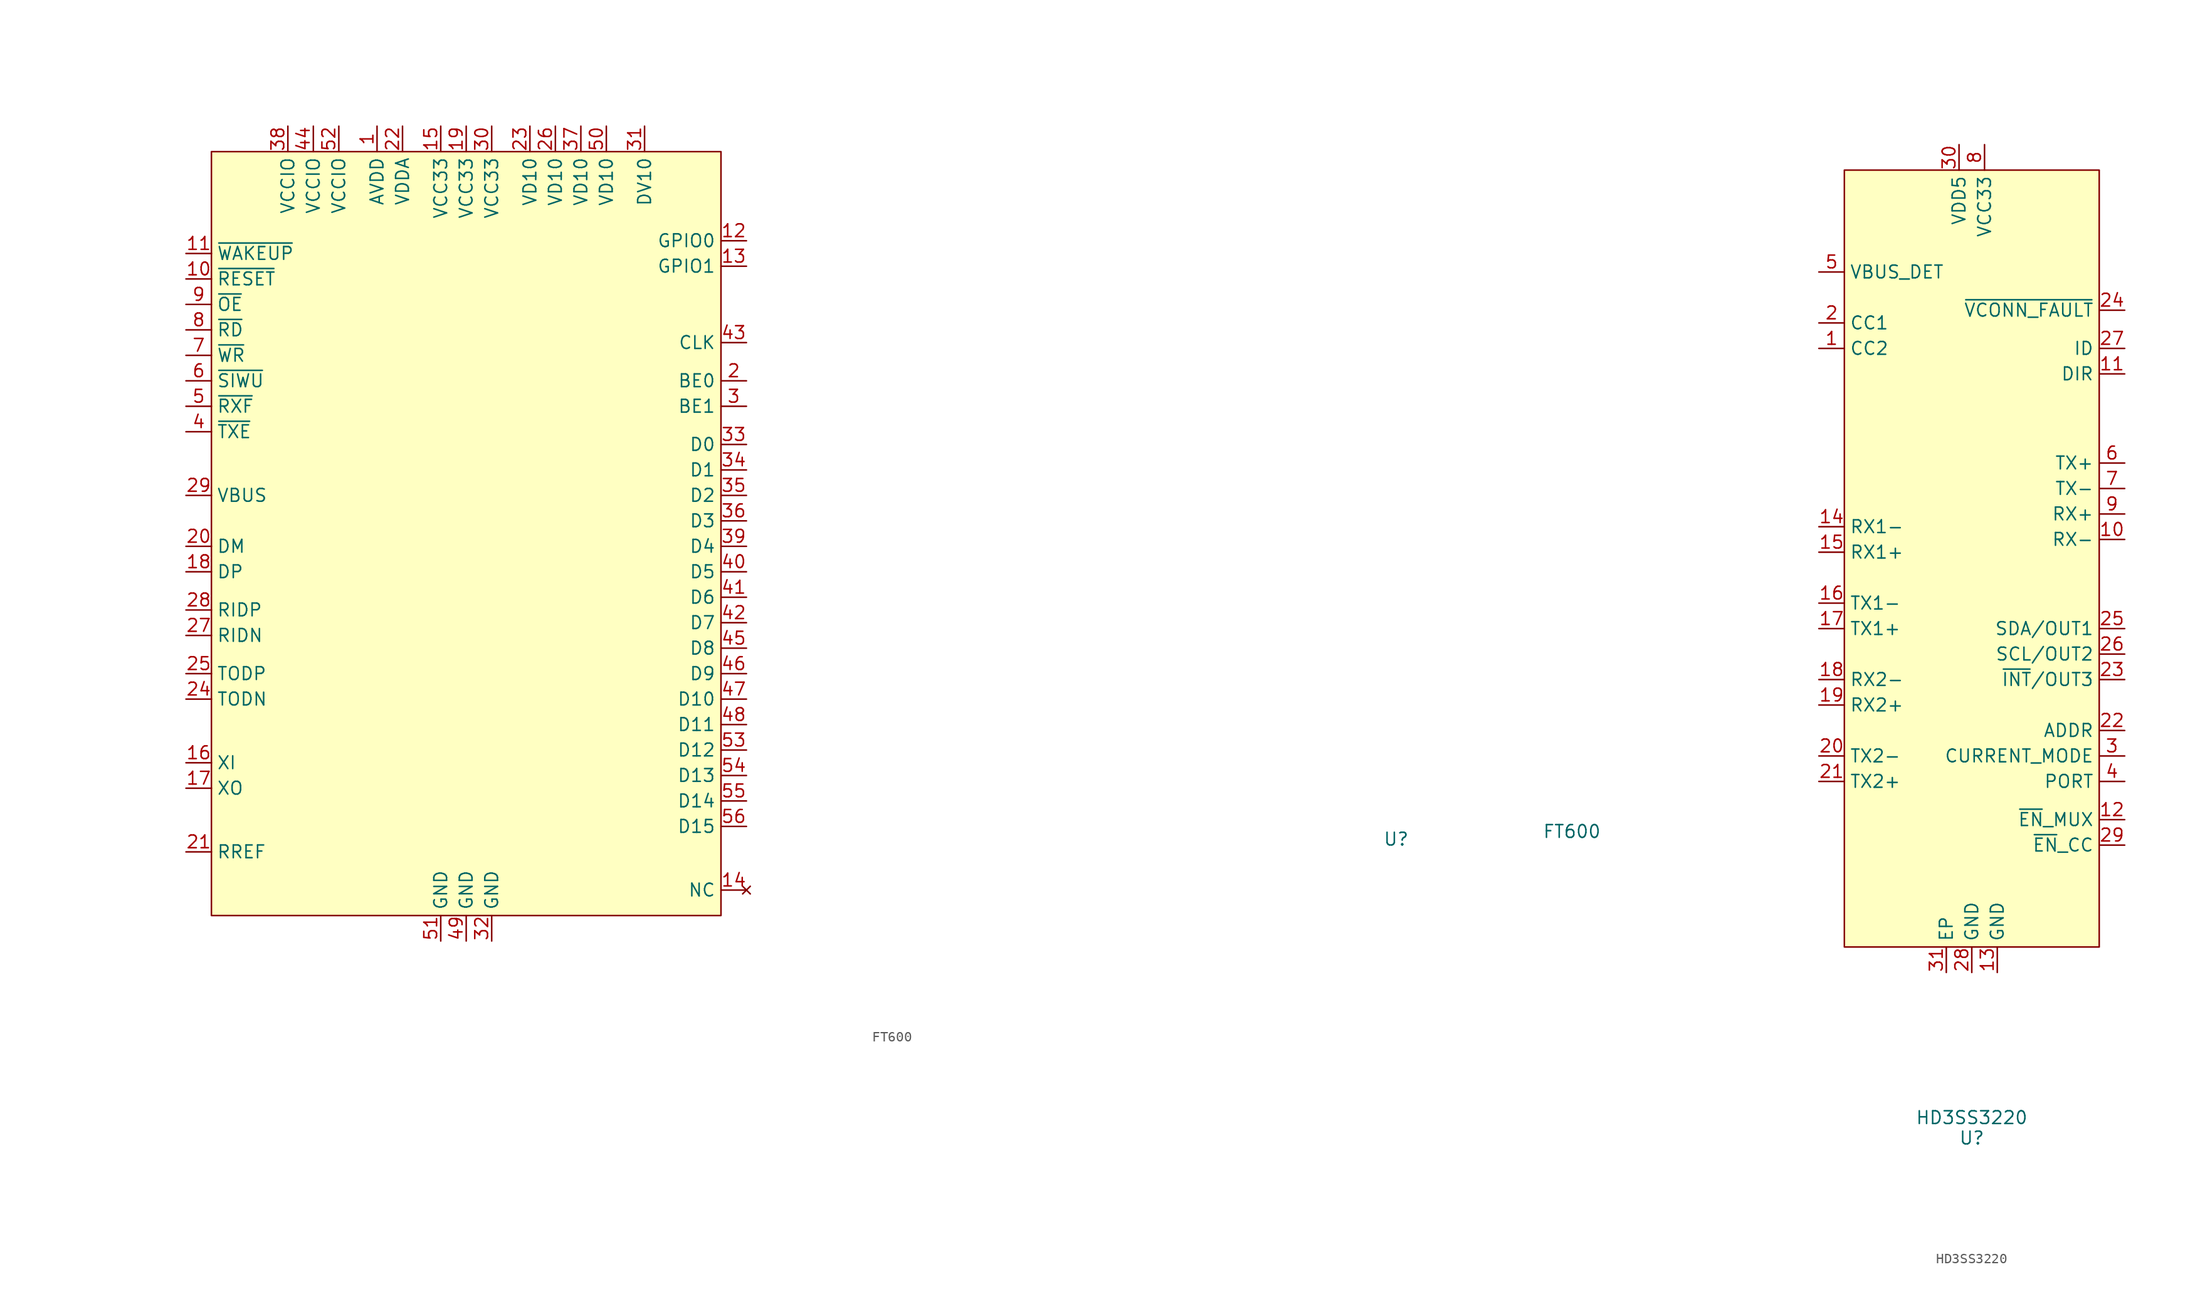
<source format=kicad_sym>
(kicad_symbol_lib
  (version 20241209)
  (generator "kicad_symbol_editor")
  (generator_version "9.0")
  (symbol "FT600"
    (property "Reference" "U"
      (at 92.71 -30.48 0)
      (effects (font (size 1.27 1.27))))
    (property "Value" "FT600"
      (at 110.236 -29.718 0)
      (effects (font (size 1.27 1.27))))
    (symbol "FT600_0_0"
      (pin bidirectional line (at -27.94 27.94 0) (length 2.54) (name "~{WAKEUP}" (effects (font (size 1.27 1.27)))) (number "11" (effects (font (size 1.27 1.27)))))
      (pin input line (at -27.94 25.4 0) (length 2.54) (name "~{RESET}" (effects (font (size 1.27 1.27)))) (number "10" (effects (font (size 1.27 1.27)))))
      (pin input line (at -27.94 22.86 0) (length 2.54) (name "~{OE}" (effects (font (size 1.27 1.27)))) (number "9" (effects (font (size 1.27 1.27)))))
      (pin input line (at -27.94 20.32 0) (length 2.54) (name "~{RD}" (effects (font (size 1.27 1.27)))) (number "8" (effects (font (size 1.27 1.27)))))
      (pin input line (at -27.94 17.78 0) (length 2.54) (name "~{WR}" (effects (font (size 1.27 1.27)))) (number "7" (effects (font (size 1.27 1.27)))))
      (pin input line (at -27.94 15.24 0) (length 2.54) (name "~{SIWU}" (effects (font (size 1.27 1.27)))) (number "6" (effects (font (size 1.27 1.27)))))
      (pin output line (at -27.94 12.7 0) (length 2.54) (name "~{RXF}" (effects (font (size 1.27 1.27)))) (number "5" (effects (font (size 1.27 1.27)))))
      (pin output line (at -27.94 10.16 0) (length 2.54) (name "~{TXE}" (effects (font (size 1.27 1.27)))) (number "4" (effects (font (size 1.27 1.27)))))
      (pin passive line (at -27.94 3.81 0) (length 2.54) (name "VBUS" (effects (font (size 1.27 1.27)))) (number "29" (effects (font (size 1.27 1.27)))))
      (pin bidirectional line (at -27.94 -1.27 0) (length 2.54) (name "DM" (effects (font (size 1.27 1.27)))) (number "20" (effects (font (size 1.27 1.27)))))
      (pin bidirectional line (at -27.94 -3.81 0) (length 2.54) (name "DP" (effects (font (size 1.27 1.27)))) (number "18" (effects (font (size 1.27 1.27)))))
      (pin input line (at -27.94 -7.62 0) (length 2.54) (name "RIDP" (effects (font (size 1.27 1.27)))) (number "28" (effects (font (size 1.27 1.27)))))
      (pin input line (at -27.94 -10.16 0) (length 2.54) (name "RIDN" (effects (font (size 1.27 1.27)))) (number "27" (effects (font (size 1.27 1.27)))))
      (pin output line (at -27.94 -13.97 0) (length 2.54) (name "TODP" (effects (font (size 1.27 1.27)))) (number "25" (effects (font (size 1.27 1.27)))))
      (pin output line (at -27.94 -16.51 0) (length 2.54) (name "TODN" (effects (font (size 1.27 1.27)))) (number "24" (effects (font (size 1.27 1.27)))))
      (pin passive line (at -27.94 -22.86 0) (length 2.54) (name "XI" (effects (font (size 1.27 1.27)))) (number "16" (effects (font (size 1.27 1.27)))))
      (pin passive line (at -27.94 -25.4 0) (length 2.54) (name "XO" (effects (font (size 1.27 1.27)))) (number "17" (effects (font (size 1.27 1.27)))))
      (pin passive line (at -27.94 -31.75 0) (length 2.54) (name "RREF" (effects (font (size 1.27 1.27)))) (number "21" (effects (font (size 1.27 1.27)))))
      (pin power_in line (at -17.78 40.64 270) (length 2.54) (name "VCCIO" (effects (font (size 1.27 1.27)))) (number "38" (effects (font (size 1.27 1.27)))))
      (pin power_in line (at -15.24 40.64 270) (length 2.54) (name "VCCIO" (effects (font (size 1.27 1.27)))) (number "44" (effects (font (size 1.27 1.27)))))
      (pin power_in line (at -12.7 40.64 270) (length 2.54) (name "VCCIO" (effects (font (size 1.27 1.27)))) (number "52" (effects (font (size 1.27 1.27)))))
      (pin power_in line (at -8.89 40.64 270) (length 2.54) (name "AVDD" (effects (font (size 1.27 1.27)))) (number "1" (effects (font (size 1.27 1.27)))))
      (pin power_in line (at -6.35 40.64 270) (length 2.54) (name "VDDA" (effects (font (size 1.27 1.27)))) (number "22" (effects (font (size 1.27 1.27)))))
      (pin power_in line (at -2.54 40.64 270) (length 2.54) (name "VCC33" (effects (font (size 1.27 1.27)))) (number "15" (effects (font (size 1.27 1.27)))))
      (pin passive line (at -2.54 -40.64 90) (length 2.54) (name "GND" (effects (font (size 1.27 1.27)))) (number "51" (effects (font (size 1.27 1.27)))))
      (pin power_in line (at 0 40.64 270) (length 2.54) (name "VCC33" (effects (font (size 1.27 1.27)))) (number "19" (effects (font (size 1.27 1.27)))))
      (pin passive line (at 0 -40.64 90) (length 2.54) (name "GND" (effects (font (size 1.27 1.27)))) (number "49" (effects (font (size 1.27 1.27)))))
      (pin power_in line (at 2.54 40.64 270) (length 2.54) (name "VCC33" (effects (font (size 1.27 1.27)))) (number "30" (effects (font (size 1.27 1.27)))))
      (pin passive line (at 2.54 -40.64 90) (length 2.54) (name "GND" (effects (font (size 1.27 1.27)))) (number "32" (effects (font (size 1.27 1.27)))))
      (pin power_in line (at 6.35 40.64 270) (length 2.54) (name "VD10" (effects (font (size 1.27 1.27)))) (number "23" (effects (font (size 1.27 1.27)))))
      (pin power_in line (at 8.89 40.64 270) (length 2.54) (name "VD10" (effects (font (size 1.27 1.27)))) (number "26" (effects (font (size 1.27 1.27)))))
      (pin power_in line (at 11.43 40.64 270) (length 2.54) (name "VD10" (effects (font (size 1.27 1.27)))) (number "37" (effects (font (size 1.27 1.27)))))
      (pin power_in line (at 13.97 40.64 270) (length 2.54) (name "VD10" (effects (font (size 1.27 1.27)))) (number "50" (effects (font (size 1.27 1.27)))))
      (pin power_out line (at 17.78 40.64 270) (length 2.54) (name "DV10" (effects (font (size 1.27 1.27)))) (number "31" (effects (font (size 1.27 1.27)))))
      (pin bidirectional line (at 27.94 29.21 180) (length 2.54) (name "GPIO0" (effects (font (size 1.27 1.27)))) (number "12" (effects (font (size 1.27 1.27)))))
      (pin bidirectional line (at 27.94 26.67 180) (length 2.54) (name "GPIO1" (effects (font (size 1.27 1.27)))) (number "13" (effects (font (size 1.27 1.27)))))
      (pin output line (at 27.94 19.05 180) (length 2.54) (name "CLK" (effects (font (size 1.27 1.27)))) (number "43" (effects (font (size 1.27 1.27)))))
      (pin bidirectional line (at 27.94 15.24 180) (length 2.54) (name "BE0" (effects (font (size 1.27 1.27)))) (number "2" (effects (font (size 1.27 1.27)))))
      (pin bidirectional line (at 27.94 12.7 180) (length 2.54) (name "BE1" (effects (font (size 1.27 1.27)))) (number "3" (effects (font (size 1.27 1.27)))))
      (pin bidirectional line (at 27.94 8.89 180) (length 2.54) (name "D0" (effects (font (size 1.27 1.27)))) (number "33" (effects (font (size 1.27 1.27)))))
      (pin bidirectional line (at 27.94 6.35 180) (length 2.54) (name "D1" (effects (font (size 1.27 1.27)))) (number "34" (effects (font (size 1.27 1.27)))))
      (pin bidirectional line (at 27.94 3.81 180) (length 2.54) (name "D2" (effects (font (size 1.27 1.27)))) (number "35" (effects (font (size 1.27 1.27)))))
      (pin bidirectional line (at 27.94 1.27 180) (length 2.54) (name "D3" (effects (font (size 1.27 1.27)))) (number "36" (effects (font (size 1.27 1.27)))))
      (pin bidirectional line (at 27.94 -1.27 180) (length 2.54) (name "D4" (effects (font (size 1.27 1.27)))) (number "39" (effects (font (size 1.27 1.27)))))
      (pin bidirectional line (at 27.94 -3.81 180) (length 2.54) (name "D5" (effects (font (size 1.27 1.27)))) (number "40" (effects (font (size 1.27 1.27)))))
      (pin bidirectional line (at 27.94 -6.35 180) (length 2.54) (name "D6" (effects (font (size 1.27 1.27)))) (number "41" (effects (font (size 1.27 1.27)))))
      (pin bidirectional line (at 27.94 -8.89 180) (length 2.54) (name "D7" (effects (font (size 1.27 1.27)))) (number "42" (effects (font (size 1.27 1.27)))))
      (pin bidirectional line (at 27.94 -11.43 180) (length 2.54) (name "D8" (effects (font (size 1.27 1.27)))) (number "45" (effects (font (size 1.27 1.27)))))
      (pin bidirectional line (at 27.94 -13.97 180) (length 2.54) (name "D9" (effects (font (size 1.27 1.27)))) (number "46" (effects (font (size 1.27 1.27)))))
      (pin bidirectional line (at 27.94 -16.51 180) (length 2.54) (name "D10" (effects (font (size 1.27 1.27)))) (number "47" (effects (font (size 1.27 1.27)))))
      (pin bidirectional line (at 27.94 -19.05 180) (length 2.54) (name "D11" (effects (font (size 1.27 1.27)))) (number "48" (effects (font (size 1.27 1.27)))))
      (pin bidirectional line (at 27.94 -21.59 180) (length 2.54) (name "D12" (effects (font (size 1.27 1.27)))) (number "53" (effects (font (size 1.27 1.27)))))
      (pin bidirectional line (at 27.94 -24.13 180) (length 2.54) (name "D13" (effects (font (size 1.27 1.27)))) (number "54" (effects (font (size 1.27 1.27)))))
      (pin bidirectional line (at 27.94 -26.67 180) (length 2.54) (name "D14" (effects (font (size 1.27 1.27)))) (number "55" (effects (font (size 1.27 1.27)))))
      (pin bidirectional line (at 27.94 -29.21 180) (length 2.54) (name "D15" (effects (font (size 1.27 1.27)))) (number "56" (effects (font (size 1.27 1.27)))))
      (pin no_connect line (at 27.94 -35.56 180) (length 2.54) (name "NC" (effects (font (size 1.27 1.27)))) (number "14" (effects (font (size 1.27 1.27))))))
    (symbol "FT600_0_1"
      (rectangle (start -25.4 38.1) (end 25.4 -38.1) (stroke (width 0) (type default)) (fill (type background)))))
  (symbol "HD3SS3220"
    (property "Reference" "U"
      (at 0 -45.72 0)
      (effects (font (size 1.27 1.27))))
    (property "Value" "HD3SS3220"
      (at 0 -43.688 0)
      (effects (font (size 1.27 1.27))))
    (symbol "HD3SS3220_0_0"
      (pin passive line (at -15.24 40.64 0) (length 2.54) (name "VBUS_DET" (effects (font (size 1.27 1.27)))) (number "5" (effects (font (size 1.27 1.27)))))
      (pin passive line (at -15.24 35.56 0) (length 2.54) (name "CC1" (effects (font (size 1.27 1.27)))) (number "2" (effects (font (size 1.27 1.27)))))
      (pin passive line (at -15.24 33.02 0) (length 2.54) (name "CC2" (effects (font (size 1.27 1.27)))) (number "1" (effects (font (size 1.27 1.27)))))
      (pin bidirectional line (at -15.24 15.24 0) (length 2.54) (name "RX1-" (effects (font (size 1.27 1.27)))) (number "14" (effects (font (size 1.27 1.27)))))
      (pin bidirectional line (at -15.24 12.7 0) (length 2.54) (name "RX1+" (effects (font (size 1.27 1.27)))) (number "15" (effects (font (size 1.27 1.27)))))
      (pin bidirectional line (at -15.24 7.62 0) (length 2.54) (name "TX1-" (effects (font (size 1.27 1.27)))) (number "16" (effects (font (size 1.27 1.27)))))
      (pin bidirectional line (at -15.24 5.08 0) (length 2.54) (name "TX1+" (effects (font (size 1.27 1.27)))) (number "17" (effects (font (size 1.27 1.27)))))
      (pin bidirectional line (at -15.24 0 0) (length 2.54) (name "RX2-" (effects (font (size 1.27 1.27)))) (number "18" (effects (font (size 1.27 1.27)))))
      (pin bidirectional line (at -15.24 -2.54 0) (length 2.54) (name "RX2+" (effects (font (size 1.27 1.27)))) (number "19" (effects (font (size 1.27 1.27)))))
      (pin bidirectional line (at -15.24 -7.62 0) (length 2.54) (name "TX2-" (effects (font (size 1.27 1.27)))) (number "20" (effects (font (size 1.27 1.27)))))
      (pin bidirectional line (at -15.24 -10.16 0) (length 2.54) (name "TX2+" (effects (font (size 1.27 1.27)))) (number "21" (effects (font (size 1.27 1.27)))))
      (pin passive line (at -2.54 -29.21 90) (length 2.54) (name "EP" (effects (font (size 1.27 1.27)))) (number "31" (effects (font (size 1.27 1.27)))))
      (pin power_in line (at -1.27 53.34 270) (length 2.54) (name "VDD5" (effects (font (size 1.27 1.27)))) (number "30" (effects (font (size 1.27 1.27)))))
      (pin passive line (at 0 -29.21 90) (length 2.54) (name "GND" (effects (font (size 1.27 1.27)))) (number "28" (effects (font (size 1.27 1.27)))))
      (pin power_in line (at 1.27 53.34 270) (length 2.54) (name "VCC33" (effects (font (size 1.27 1.27)))) (number "8" (effects (font (size 1.27 1.27)))))
      (pin passive line (at 2.54 -29.21 90) (length 2.54) (name "GND" (effects (font (size 1.27 1.27)))) (number "13" (effects (font (size 1.27 1.27)))))
      (pin output line (at 15.24 36.83 180) (length 2.54) (name "~{VCONN_FAULT}" (effects (font (size 1.27 1.27)))) (number "24" (effects (font (size 1.27 1.27)))))
      (pin output line (at 15.24 33.02 180) (length 2.54) (name "ID" (effects (font (size 1.27 1.27)))) (number "27" (effects (font (size 1.27 1.27)))))
      (pin output line (at 15.24 30.48 180) (length 2.54) (name "DIR" (effects (font (size 1.27 1.27)))) (number "11" (effects (font (size 1.27 1.27)))))
      (pin bidirectional line (at 15.24 21.59 180) (length 2.54) (name "TX+" (effects (font (size 1.27 1.27)))) (number "6" (effects (font (size 1.27 1.27)))))
      (pin bidirectional line (at 15.24 19.05 180) (length 2.54) (name "TX-" (effects (font (size 1.27 1.27)))) (number "7" (effects (font (size 1.27 1.27)))))
      (pin bidirectional line (at 15.24 16.51 180) (length 2.54) (name "RX+" (effects (font (size 1.27 1.27)))) (number "9" (effects (font (size 1.27 1.27)))))
      (pin bidirectional line (at 15.24 13.97 180) (length 2.54) (name "RX-" (effects (font (size 1.27 1.27)))) (number "10" (effects (font (size 1.27 1.27)))))
      (pin passive line (at 15.24 5.08 180) (length 2.54) (name "SDA/OUT1" (effects (font (size 1.27 1.27)))) (number "25" (effects (font (size 1.27 1.27)))))
      (pin passive line (at 15.24 2.54 180) (length 2.54) (name "SCL/OUT2" (effects (font (size 1.27 1.27)))) (number "26" (effects (font (size 1.27 1.27)))))
      (pin passive line (at 15.24 0 180) (length 2.54) (name "~{INT}/OUT3" (effects (font (size 1.27 1.27)))) (number "23" (effects (font (size 1.27 1.27)))))
      (pin passive line (at 15.24 -5.08 180) (length 2.54) (name "ADDR" (effects (font (size 1.27 1.27)))) (number "22" (effects (font (size 1.27 1.27)))))
      (pin passive line (at 15.24 -7.62 180) (length 2.54) (name "CURRENT_MODE" (effects (font (size 1.27 1.27)))) (number "3" (effects (font (size 1.27 1.27)))))
      (pin passive line (at 15.24 -10.16 180) (length 2.54) (name "PORT" (effects (font (size 1.27 1.27)))) (number "4" (effects (font (size 1.27 1.27)))))
      (pin input line (at 15.24 -13.97 180) (length 2.54) (name "~{EN}_MUX" (effects (font (size 1.27 1.27)))) (number "12" (effects (font (size 1.27 1.27)))))
      (pin passive line (at 15.24 -16.51 180) (length 2.54) (name "~{EN}_CC" (effects (font (size 1.27 1.27)))) (number "29" (effects (font (size 1.27 1.27))))))
    (symbol "HD3SS3220_0_1"
      (rectangle (start -12.7 50.8) (end 12.7 -26.67) (stroke (width 0) (type default)) (fill (type background))))))
</source>
